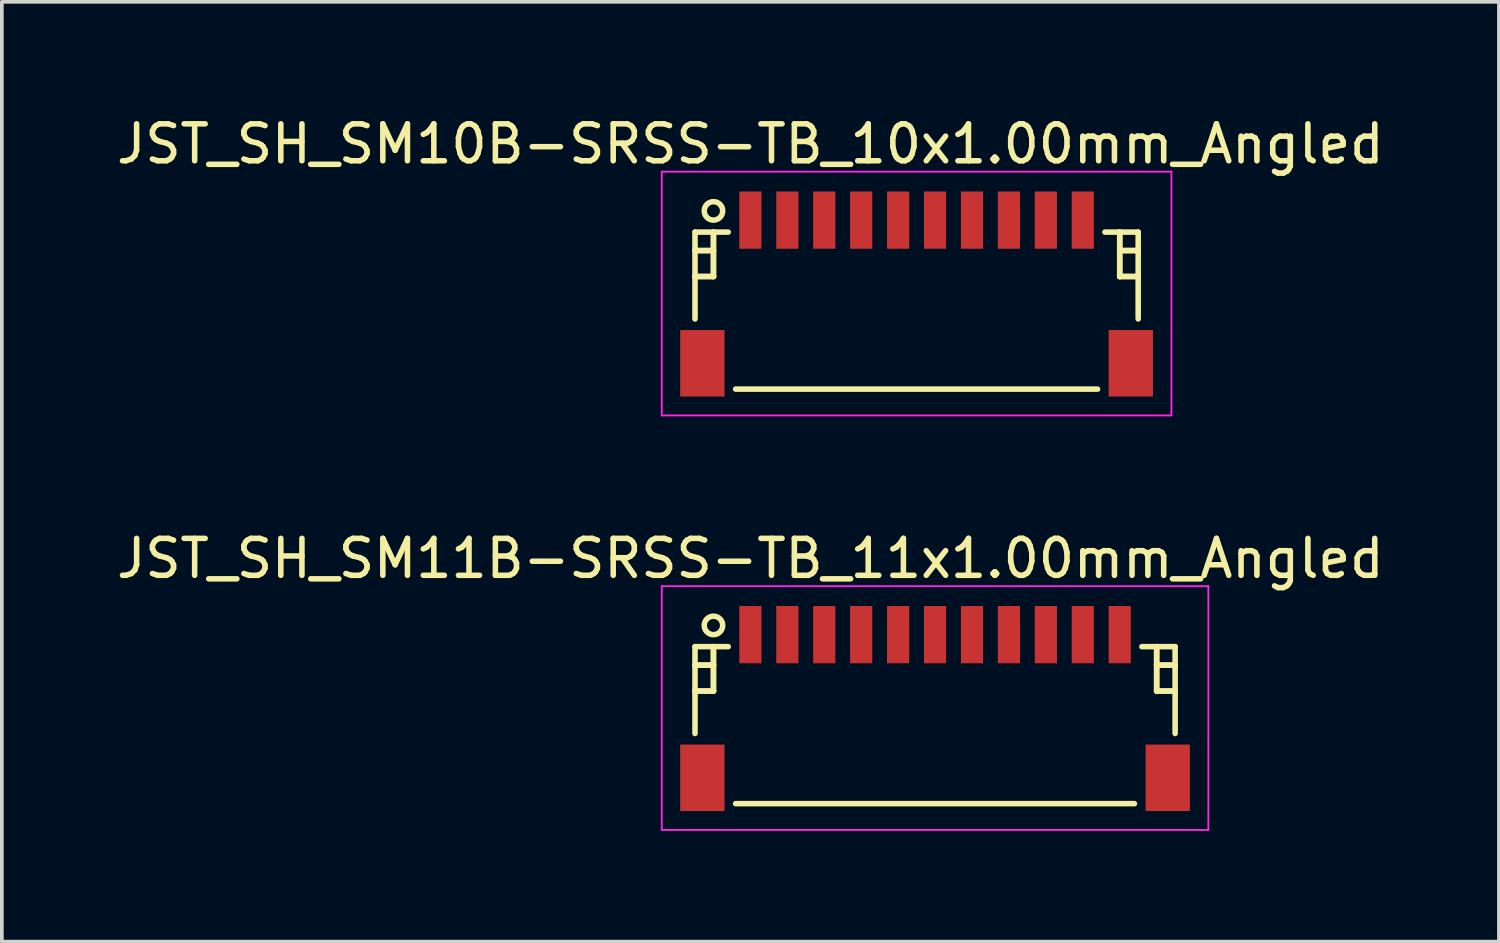
<source format=kicad_pcb>
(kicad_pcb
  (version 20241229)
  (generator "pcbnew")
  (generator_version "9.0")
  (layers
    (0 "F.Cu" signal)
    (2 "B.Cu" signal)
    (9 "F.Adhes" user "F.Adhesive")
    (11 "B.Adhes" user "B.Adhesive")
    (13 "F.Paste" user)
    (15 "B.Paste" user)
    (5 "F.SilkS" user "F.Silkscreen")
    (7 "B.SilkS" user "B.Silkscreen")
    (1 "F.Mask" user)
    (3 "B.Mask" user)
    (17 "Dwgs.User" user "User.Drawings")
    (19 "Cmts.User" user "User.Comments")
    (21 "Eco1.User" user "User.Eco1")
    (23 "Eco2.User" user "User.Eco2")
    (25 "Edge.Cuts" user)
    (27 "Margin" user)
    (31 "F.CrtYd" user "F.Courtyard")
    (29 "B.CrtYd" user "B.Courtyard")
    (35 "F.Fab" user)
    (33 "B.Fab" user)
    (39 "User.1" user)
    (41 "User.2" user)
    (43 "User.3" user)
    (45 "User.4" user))
  (footprint "JST_SH_SM10B-SRSS-TB_10x1.00mm_Angled"
    (layer "F.Cu")
    (at 21.768 4.848)
    (property "Reference" "JST_SH_SM10B-SRSS-TB_10x1.00mm_Angled" (at -4.5 -4 0) (layer "F.SilkS") (effects (font (size 1 1) (thickness 0.15))))
    (attr smd)
    (fp_line (start -6 -1.613) (end -5.1 -1.613) (stroke (width 0.15) (type solid)) (layer "F.SilkS"))
    (fp_line (start -6 -1.113) (end -6 -1.113) (stroke (width 0.15) (type solid)) (layer "F.SilkS"))
    (fp_line (start -6 -1.113) (end -5.5 -1.113) (stroke (width 0.15) (type solid)) (layer "F.SilkS"))
    (fp_line (start -6 -0.412) (end -6 -0.412) (stroke (width 0.15) (type solid)) (layer "F.SilkS"))
    (fp_line (start -6 -0.412) (end -5.5 -0.412) (stroke (width 0.15) (type solid)) (layer "F.SilkS"))
    (fp_line (start -6 0.738) (end -6 -1.613) (stroke (width 0.15) (type solid)) (layer "F.SilkS"))
    (fp_line (start -5.5 -1.613) (end -5.5 -1.613) (stroke (width 0.15) (type solid)) (layer "F.SilkS"))
    (fp_line (start -5.5 -1.613) (end -5.5 -0.412) (stroke (width 0.15) (type solid)) (layer "F.SilkS"))
    (fp_line (start -5.5 -1.113) (end -6 -1.113) (stroke (width 0.15) (type solid)) (layer "F.SilkS"))
    (fp_line (start -5.5 -1.113) (end -5.5 -1.113) (stroke (width 0.15) (type solid)) (layer "F.SilkS"))
    (fp_line (start -5.5 -0.412) (end -6 -0.412) (stroke (width 0.15) (type solid)) (layer "F.SilkS"))
    (fp_line (start -5.5 -0.412) (end -5.5 -1.613) (stroke (width 0.15) (type solid)) (layer "F.SilkS"))
    (fp_line (start -5.5 -0.412) (end -5.5 -0.412) (stroke (width 0.15) (type solid)) (layer "F.SilkS"))
    (fp_line (start -5.5 -0.412) (end -5.5 -0.412) (stroke (width 0.15) (type solid)) (layer "F.SilkS"))
    (fp_line (start -4.9 2.638) (end 4.9 2.638) (stroke (width 0.15) (type solid)) (layer "F.SilkS"))
    (fp_line (start 5.5 -1.613) (end 5.5 -1.613) (stroke (width 0.15) (type solid)) (layer "F.SilkS"))
    (fp_line (start 5.5 -1.613) (end 5.5 -0.412) (stroke (width 0.15) (type solid)) (layer "F.SilkS"))
    (fp_line (start 5.5 -1.113) (end 5.5 -1.113) (stroke (width 0.15) (type solid)) (layer "F.SilkS"))
    (fp_line (start 5.5 -1.113) (end 6 -1.113) (stroke (width 0.15) (type solid)) (layer "F.SilkS"))
    (fp_line (start 5.5 -0.412) (end 5.5 -1.613) (stroke (width 0.15) (type solid)) (layer "F.SilkS"))
    (fp_line (start 5.5 -0.412) (end 5.5 -0.412) (stroke (width 0.15) (type solid)) (layer "F.SilkS"))
    (fp_line (start 5.5 -0.412) (end 5.5 -0.412) (stroke (width 0.15) (type solid)) (layer "F.SilkS"))
    (fp_line (start 5.5 -0.412) (end 6 -0.412) (stroke (width 0.15) (type solid)) (layer "F.SilkS"))
    (fp_line (start 6 -1.613) (end 5.1 -1.613) (stroke (width 0.15) (type solid)) (layer "F.SilkS"))
    (fp_line (start 6 -1.113) (end 5.5 -1.113) (stroke (width 0.15) (type solid)) (layer "F.SilkS"))
    (fp_line (start 6 -1.113) (end 6 -1.113) (stroke (width 0.15) (type solid)) (layer "F.SilkS"))
    (fp_line (start 6 -0.412) (end 5.5 -0.412) (stroke (width 0.15) (type solid)) (layer "F.SilkS"))
    (fp_line (start 6 -0.412) (end 6 -0.412) (stroke (width 0.15) (type solid)) (layer "F.SilkS"))
    (fp_line (start 6 0.738) (end 6 -1.613) (stroke (width 0.15) (type solid)) (layer "F.SilkS"))
    (fp_circle (center -5.5 -2.188) (end -5.25 -2.188) (stroke (width 0.15) (type solid)) (fill no) (layer "F.SilkS"))
    (fp_line (start -6.9 -3.25) (end 6.9 -3.25) (stroke (width 0.05) (type solid)) (layer "F.CrtYd"))
    (fp_line (start -6.9 3.35) (end -6.9 -3.25) (stroke (width 0.05) (type solid)) (layer "F.CrtYd"))
    (fp_line (start 6.9 -3.25) (end 6.9 3.35) (stroke (width 0.05) (type solid)) (layer "F.CrtYd"))
    (fp_line (start 6.9 3.35) (end -6.9 3.35) (stroke (width 0.05) (type solid)) (layer "F.CrtYd"))
    (pad "" smd rect (at -5.8 1.938) (size 1.2 1.8) (layers "F.Cu" "F.Mask" "F.Paste"))
    (pad "" smd rect (at 5.8 1.938) (size 1.2 1.8) (layers "F.Cu" "F.Mask" "F.Paste"))
    (pad "1" smd rect (at -4.5 -1.938) (size 0.6 1.55) (layers "F.Cu" "F.Mask" "F.Paste"))
    (pad "2" smd rect (at -3.5 -1.938) (size 0.6 1.55) (layers "F.Cu" "F.Mask" "F.Paste"))
    (pad "3" smd rect (at -2.5 -1.938) (size 0.6 1.55) (layers "F.Cu" "F.Mask" "F.Paste"))
    (pad "4" smd rect (at -1.5 -1.938) (size 0.6 1.55) (layers "F.Cu" "F.Mask" "F.Paste"))
    (pad "5" smd rect (at -0.5 -1.938) (size 0.6 1.55) (layers "F.Cu" "F.Mask" "F.Paste"))
    (pad "6" smd rect (at 0.5 -1.938) (size 0.6 1.55) (layers "F.Cu" "F.Mask" "F.Paste"))
    (pad "7" smd rect (at 1.5 -1.938) (size 0.6 1.55) (layers "F.Cu" "F.Mask" "F.Paste"))
    (pad "8" smd rect (at 2.5 -1.938) (size 0.6 1.55) (layers "F.Cu" "F.Mask" "F.Paste"))
    (pad "9" smd rect (at 3.5 -1.938) (size 0.6 1.55) (layers "F.Cu" "F.Mask" "F.Paste"))
    (pad "10" smd rect (at 4.5 -1.938) (size 0.6 1.55) (layers "F.Cu" "F.Mask" "F.Paste")))
  (footprint "JST_SH_SM11B-SRSS-TB_11x1.00mm_Angled"
    (layer "F.Cu")
    (at 22.268 16.072)
    (property "Reference" "JST_SH_SM11B-SRSS-TB_11x1.00mm_Angled" (at -5 -4 0) (layer "F.SilkS") (effects (font (size 1 1) (thickness 0.15))))
    (attr smd)
    (fp_line (start -6.5 -1.613) (end -5.6 -1.613) (stroke (width 0.15) (type solid)) (layer "F.SilkS"))
    (fp_line (start -6.5 -1.113) (end -6.5 -1.113) (stroke (width 0.15) (type solid)) (layer "F.SilkS"))
    (fp_line (start -6.5 -1.113) (end -6 -1.113) (stroke (width 0.15) (type solid)) (layer "F.SilkS"))
    (fp_line (start -6.5 -0.412) (end -6.5 -0.412) (stroke (width 0.15) (type solid)) (layer "F.SilkS"))
    (fp_line (start -6.5 -0.412) (end -6 -0.412) (stroke (width 0.15) (type solid)) (layer "F.SilkS"))
    (fp_line (start -6.5 0.738) (end -6.5 -1.613) (stroke (width 0.15) (type solid)) (layer "F.SilkS"))
    (fp_line (start -6 -1.613) (end -6 -1.613) (stroke (width 0.15) (type solid)) (layer "F.SilkS"))
    (fp_line (start -6 -1.613) (end -6 -0.412) (stroke (width 0.15) (type solid)) (layer "F.SilkS"))
    (fp_line (start -6 -1.113) (end -6.5 -1.113) (stroke (width 0.15) (type solid)) (layer "F.SilkS"))
    (fp_line (start -6 -1.113) (end -6 -1.113) (stroke (width 0.15) (type solid)) (layer "F.SilkS"))
    (fp_line (start -6 -0.412) (end -6.5 -0.412) (stroke (width 0.15) (type solid)) (layer "F.SilkS"))
    (fp_line (start -6 -0.412) (end -6 -1.613) (stroke (width 0.15) (type solid)) (layer "F.SilkS"))
    (fp_line (start -6 -0.412) (end -6 -0.412) (stroke (width 0.15) (type solid)) (layer "F.SilkS"))
    (fp_line (start -6 -0.412) (end -6 -0.412) (stroke (width 0.15) (type solid)) (layer "F.SilkS"))
    (fp_line (start -5.4 2.638) (end 5.4 2.638) (stroke (width 0.15) (type solid)) (layer "F.SilkS"))
    (fp_line (start 6 -1.613) (end 6 -1.613) (stroke (width 0.15) (type solid)) (layer "F.SilkS"))
    (fp_line (start 6 -1.613) (end 6 -0.412) (stroke (width 0.15) (type solid)) (layer "F.SilkS"))
    (fp_line (start 6 -1.113) (end 6 -1.113) (stroke (width 0.15) (type solid)) (layer "F.SilkS"))
    (fp_line (start 6 -1.113) (end 6.5 -1.113) (stroke (width 0.15) (type solid)) (layer "F.SilkS"))
    (fp_line (start 6 -0.412) (end 6 -1.613) (stroke (width 0.15) (type solid)) (layer "F.SilkS"))
    (fp_line (start 6 -0.412) (end 6 -0.412) (stroke (width 0.15) (type solid)) (layer "F.SilkS"))
    (fp_line (start 6 -0.412) (end 6 -0.412) (stroke (width 0.15) (type solid)) (layer "F.SilkS"))
    (fp_line (start 6 -0.412) (end 6.5 -0.412) (stroke (width 0.15) (type solid)) (layer "F.SilkS"))
    (fp_line (start 6.5 -1.613) (end 5.6 -1.613) (stroke (width 0.15) (type solid)) (layer "F.SilkS"))
    (fp_line (start 6.5 -1.113) (end 6 -1.113) (stroke (width 0.15) (type solid)) (layer "F.SilkS"))
    (fp_line (start 6.5 -1.113) (end 6.5 -1.113) (stroke (width 0.15) (type solid)) (layer "F.SilkS"))
    (fp_line (start 6.5 -0.412) (end 6 -0.412) (stroke (width 0.15) (type solid)) (layer "F.SilkS"))
    (fp_line (start 6.5 -0.412) (end 6.5 -0.412) (stroke (width 0.15) (type solid)) (layer "F.SilkS"))
    (fp_line (start 6.5 0.738) (end 6.5 -1.613) (stroke (width 0.15) (type solid)) (layer "F.SilkS"))
    (fp_circle (center -6 -2.188) (end -5.75 -2.188) (stroke (width 0.15) (type solid)) (fill no) (layer "F.SilkS"))
    (fp_line (start -7.4 -3.25) (end 7.4 -3.25) (stroke (width 0.05) (type solid)) (layer "F.CrtYd"))
    (fp_line (start -7.4 3.35) (end -7.4 -3.25) (stroke (width 0.05) (type solid)) (layer "F.CrtYd"))
    (fp_line (start 7.4 -3.25) (end 7.4 3.35) (stroke (width 0.05) (type solid)) (layer "F.CrtYd"))
    (fp_line (start 7.4 3.35) (end -7.4 3.35) (stroke (width 0.05) (type solid)) (layer "F.CrtYd"))
    (pad "" smd rect (at -6.3 1.938) (size 1.2 1.8) (layers "F.Cu" "F.Mask" "F.Paste"))
    (pad "" smd rect (at 6.3 1.938) (size 1.2 1.8) (layers "F.Cu" "F.Mask" "F.Paste"))
    (pad "1" smd rect (at -5 -1.938) (size 0.6 1.55) (layers "F.Cu" "F.Mask" "F.Paste"))
    (pad "2" smd rect (at -4 -1.938) (size 0.6 1.55) (layers "F.Cu" "F.Mask" "F.Paste"))
    (pad "3" smd rect (at -3 -1.938) (size 0.6 1.55) (layers "F.Cu" "F.Mask" "F.Paste"))
    (pad "4" smd rect (at -2 -1.938) (size 0.6 1.55) (layers "F.Cu" "F.Mask" "F.Paste"))
    (pad "5" smd rect (at -1 -1.938) (size 0.6 1.55) (layers "F.Cu" "F.Mask" "F.Paste"))
    (pad "6" smd rect (at 0 -1.938) (size 0.6 1.55) (layers "F.Cu" "F.Mask" "F.Paste"))
    (pad "7" smd rect (at 1 -1.938) (size 0.6 1.55) (layers "F.Cu" "F.Mask" "F.Paste"))
    (pad "8" smd rect (at 2 -1.938) (size 0.6 1.55) (layers "F.Cu" "F.Mask" "F.Paste"))
    (pad "9" smd rect (at 3 -1.938) (size 0.6 1.55) (layers "F.Cu" "F.Mask" "F.Paste"))
    (pad "10" smd rect (at 4 -1.938) (size 0.6 1.55) (layers "F.Cu" "F.Mask" "F.Paste"))
    (pad "11" smd rect (at 5 -1.938) (size 0.6 1.55) (layers "F.Cu" "F.Mask" "F.Paste")))
  (gr_rect
    (start -3 -3)
    (end 37.536 22.447)
    (stroke (width 0.1) (type default))
    (fill no)
    (layer "Edge.Cuts")))
</source>
